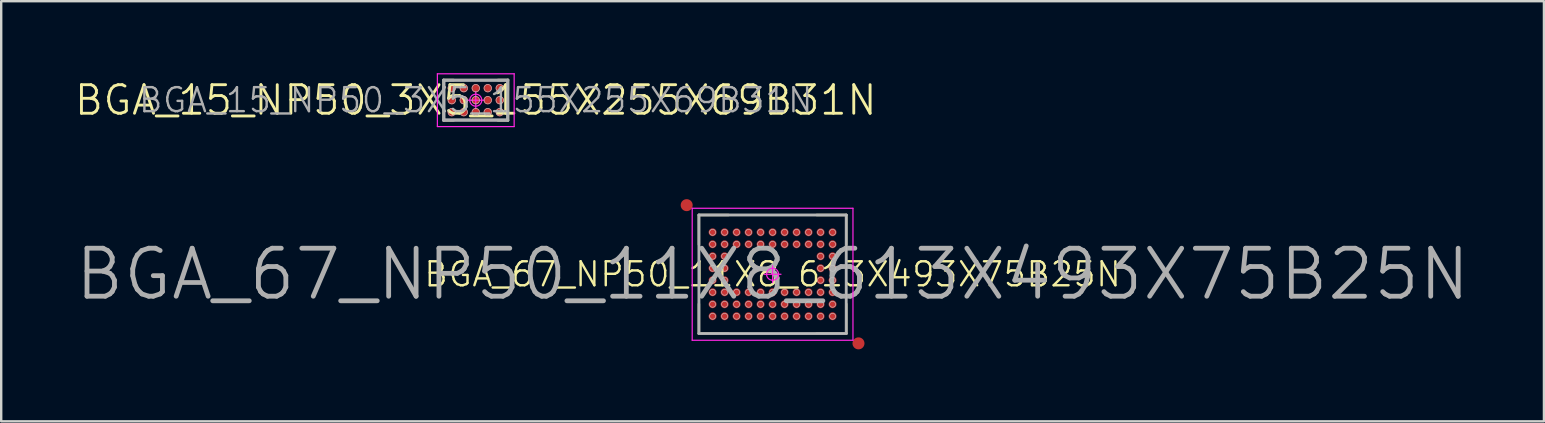
<source format=kicad_pcb>
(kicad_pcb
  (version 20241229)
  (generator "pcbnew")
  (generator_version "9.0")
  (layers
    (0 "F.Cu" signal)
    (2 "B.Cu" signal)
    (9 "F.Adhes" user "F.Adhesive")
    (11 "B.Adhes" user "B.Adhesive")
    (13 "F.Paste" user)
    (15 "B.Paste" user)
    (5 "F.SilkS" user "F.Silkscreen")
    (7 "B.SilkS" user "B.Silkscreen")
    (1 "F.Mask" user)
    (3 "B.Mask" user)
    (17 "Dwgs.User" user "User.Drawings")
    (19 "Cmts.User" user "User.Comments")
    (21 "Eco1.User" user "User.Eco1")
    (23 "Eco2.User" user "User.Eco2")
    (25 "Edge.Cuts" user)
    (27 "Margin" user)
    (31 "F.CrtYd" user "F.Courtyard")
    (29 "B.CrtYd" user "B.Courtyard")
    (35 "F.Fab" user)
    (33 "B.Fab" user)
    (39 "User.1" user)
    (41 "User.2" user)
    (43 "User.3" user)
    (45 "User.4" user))
  (footprint "BGA_67_NP50_11X8_613X493X75B25N"
    (layer "F.Cu")
    (at 29.148 8.38)
    (property "Reference" "BGA_67_NP50_11X8_613X493X75B25N" (at 0 0 0) (layer "F.SilkS") (effects (font (size 1 1) (thickness 0.1))))
    (attr smd)
    (fp_line (start -3.07 -2.47) (end -3.07 -1.235) (stroke (width 0.1) (type solid)) (layer "F.SilkS"))
    (fp_line (start -3.07 2.47) (end -3.07 1.235) (stroke (width 0.1) (type solid)) (layer "F.SilkS"))
    (fp_line (start -1.835 -2.47) (end -3.07 -2.47) (stroke (width 0.1) (type solid)) (layer "F.SilkS"))
    (fp_line (start -1.835 2.47) (end -3.07 2.47) (stroke (width 0.1) (type solid)) (layer "F.SilkS"))
    (fp_line (start 1.835 -2.47) (end 3.07 -2.47) (stroke (width 0.1) (type solid)) (layer "F.SilkS"))
    (fp_line (start 1.835 2.47) (end 3.07 2.47) (stroke (width 0.1) (type solid)) (layer "F.SilkS"))
    (fp_line (start 3.07 -2.47) (end 3.07 -1.235) (stroke (width 0.1) (type solid)) (layer "F.SilkS"))
    (fp_line (start 3.07 2.47) (end 3.07 1.235) (stroke (width 0.1) (type solid)) (layer "F.SilkS"))
    (fp_line (start -3.065 -2.465) (end 3.065 -2.465) (stroke (width 0.025) (type solid)) (layer "Dwgs.User"))
    (fp_line (start -3.065 2.465) (end -3.065 -2.465) (stroke (width 0.025) (type solid)) (layer "Dwgs.User"))
    (fp_line (start 3.065 -2.465) (end 3.065 2.465) (stroke (width 0.025) (type solid)) (layer "Dwgs.User"))
    (fp_line (start 3.065 2.465) (end -3.065 2.465) (stroke (width 0.025) (type solid)) (layer "Dwgs.User"))
    (fp_circle (center -2.5 -1.75) (end -2.5 -1.625) (stroke (width 0.025) (type solid)) (fill no) (layer "Dwgs.User"))
    (fp_circle (center -2.5 -1.25) (end -2.5 -1.125) (stroke (width 0.025) (type solid)) (fill no) (layer "Dwgs.User"))
    (fp_circle (center -2.5 -0.75) (end -2.5 -0.625) (stroke (width 0.025) (type solid)) (fill no) (layer "Dwgs.User"))
    (fp_circle (center -2.5 -0.25) (end -2.5 -0.125) (stroke (width 0.025) (type solid)) (fill no) (layer "Dwgs.User"))
    (fp_circle (center -2.5 0.25) (end -2.5 0.375) (stroke (width 0.025) (type solid)) (fill no) (layer "Dwgs.User"))
    (fp_circle (center -2.5 0.75) (end -2.5 0.875) (stroke (width 0.025) (type solid)) (fill no) (layer "Dwgs.User"))
    (fp_circle (center -2.5 1.25) (end -2.5 1.375) (stroke (width 0.025) (type solid)) (fill no) (layer "Dwgs.User"))
    (fp_circle (center -2.5 1.75) (end -2.5 1.875) (stroke (width 0.025) (type solid)) (fill no) (layer "Dwgs.User"))
    (fp_circle (center -2 -1.75) (end -2 -1.625) (stroke (width 0.025) (type solid)) (fill no) (layer "Dwgs.User"))
    (fp_circle (center -2 -1.25) (end -2 -1.125) (stroke (width 0.025) (type solid)) (fill no) (layer "Dwgs.User"))
    (fp_circle (center -2 -0.75) (end -2 -0.625) (stroke (width 0.025) (type solid)) (fill no) (layer "Dwgs.User"))
    (fp_circle (center -2 -0.25) (end -2 -0.125) (stroke (width 0.025) (type solid)) (fill no) (layer "Dwgs.User"))
    (fp_circle (center -2 0.25) (end -2 0.375) (stroke (width 0.025) (type solid)) (fill no) (layer "Dwgs.User"))
    (fp_circle (center -2 0.75) (end -2 0.875) (stroke (width 0.025) (type solid)) (fill no) (layer "Dwgs.User"))
    (fp_circle (center -2 1.25) (end -2 1.375) (stroke (width 0.025) (type solid)) (fill no) (layer "Dwgs.User"))
    (fp_circle (center -2 1.75) (end -2 1.875) (stroke (width 0.025) (type solid)) (fill no) (layer "Dwgs.User"))
    (fp_circle (center -1.5 -1.75) (end -1.5 -1.625) (stroke (width 0.025) (type solid)) (fill no) (layer "Dwgs.User"))
    (fp_circle (center -1.5 -1.25) (end -1.5 -1.125) (stroke (width 0.025) (type solid)) (fill no) (layer "Dwgs.User"))
    (fp_circle (center -1.5 0.75) (end -1.5 0.875) (stroke (width 0.025) (type solid)) (fill no) (layer "Dwgs.User"))
    (fp_circle (center -1.5 1.25) (end -1.5 1.375) (stroke (width 0.025) (type solid)) (fill no) (layer "Dwgs.User"))
    (fp_circle (center -1.5 1.75) (end -1.5 1.875) (stroke (width 0.025) (type solid)) (fill no) (layer "Dwgs.User"))
    (fp_circle (center -1 -1.75) (end -1 -1.625) (stroke (width 0.025) (type solid)) (fill no) (layer "Dwgs.User"))
    (fp_circle (center -1 -1.25) (end -1 -1.125) (stroke (width 0.025) (type solid)) (fill no) (layer "Dwgs.User"))
    (fp_circle (center -1 0.75) (end -1 0.875) (stroke (width 0.025) (type solid)) (fill no) (layer "Dwgs.User"))
    (fp_circle (center -1 1.25) (end -1 1.375) (stroke (width 0.025) (type solid)) (fill no) (layer "Dwgs.User"))
    (fp_circle (center -1 1.75) (end -1 1.875) (stroke (width 0.025) (type solid)) (fill no) (layer "Dwgs.User"))
    (fp_circle (center -0.5 -1.75) (end -0.5 -1.625) (stroke (width 0.025) (type solid)) (fill no) (layer "Dwgs.User"))
    (fp_circle (center -0.5 -1.25) (end -0.5 -1.125) (stroke (width 0.025) (type solid)) (fill no) (layer "Dwgs.User"))
    (fp_circle (center -0.5 0.75) (end -0.5 0.875) (stroke (width 0.025) (type solid)) (fill no) (layer "Dwgs.User"))
    (fp_circle (center -0.5 1.25) (end -0.5 1.375) (stroke (width 0.025) (type solid)) (fill no) (layer "Dwgs.User"))
    (fp_circle (center -0.5 1.75) (end -0.5 1.875) (stroke (width 0.025) (type solid)) (fill no) (layer "Dwgs.User"))
    (fp_circle (center 0 -1.75) (end 0 -1.625) (stroke (width 0.025) (type solid)) (fill no) (layer "Dwgs.User"))
    (fp_circle (center 0 -1.25) (end 0 -1.125) (stroke (width 0.025) (type solid)) (fill no) (layer "Dwgs.User"))
    (fp_circle (center 0 0.75) (end 0 0.875) (stroke (width 0.025) (type solid)) (fill no) (layer "Dwgs.User"))
    (fp_circle (center 0 1.25) (end 0 1.375) (stroke (width 0.025) (type solid)) (fill no) (layer "Dwgs.User"))
    (fp_circle (center 0 1.75) (end 0 1.875) (stroke (width 0.025) (type solid)) (fill no) (layer "Dwgs.User"))
    (fp_circle (center 0.5 -1.75) (end 0.5 -1.625) (stroke (width 0.025) (type solid)) (fill no) (layer "Dwgs.User"))
    (fp_circle (center 0.5 -1.25) (end 0.5 -1.125) (stroke (width 0.025) (type solid)) (fill no) (layer "Dwgs.User"))
    (fp_circle (center 0.5 0.75) (end 0.5 0.875) (stroke (width 0.025) (type solid)) (fill no) (layer "Dwgs.User"))
    (fp_circle (center 0.5 1.25) (end 0.5 1.375) (stroke (width 0.025) (type solid)) (fill no) (layer "Dwgs.User"))
    (fp_circle (center 0.5 1.75) (end 0.5 1.875) (stroke (width 0.025) (type solid)) (fill no) (layer "Dwgs.User"))
    (fp_circle (center 1 -1.75) (end 1 -1.625) (stroke (width 0.025) (type solid)) (fill no) (layer "Dwgs.User"))
    (fp_circle (center 1 -1.25) (end 1 -1.125) (stroke (width 0.025) (type solid)) (fill no) (layer "Dwgs.User"))
    (fp_circle (center 1 0.75) (end 1 0.875) (stroke (width 0.025) (type solid)) (fill no) (layer "Dwgs.User"))
    (fp_circle (center 1 1.25) (end 1 1.375) (stroke (width 0.025) (type solid)) (fill no) (layer "Dwgs.User"))
    (fp_circle (center 1 1.75) (end 1 1.875) (stroke (width 0.025) (type solid)) (fill no) (layer "Dwgs.User"))
    (fp_circle (center 1.5 -1.75) (end 1.5 -1.625) (stroke (width 0.025) (type solid)) (fill no) (layer "Dwgs.User"))
    (fp_circle (center 1.5 -1.25) (end 1.5 -1.125) (stroke (width 0.025) (type solid)) (fill no) (layer "Dwgs.User"))
    (fp_circle (center 1.5 0.75) (end 1.5 0.875) (stroke (width 0.025) (type solid)) (fill no) (layer "Dwgs.User"))
    (fp_circle (center 1.5 1.25) (end 1.5 1.375) (stroke (width 0.025) (type solid)) (fill no) (layer "Dwgs.User"))
    (fp_circle (center 1.5 1.75) (end 1.5 1.875) (stroke (width 0.025) (type solid)) (fill no) (layer "Dwgs.User"))
    (fp_circle (center 2 -1.75) (end 2 -1.625) (stroke (width 0.025) (type solid)) (fill no) (layer "Dwgs.User"))
    (fp_circle (center 2 -1.25) (end 2 -1.125) (stroke (width 0.025) (type solid)) (fill no) (layer "Dwgs.User"))
    (fp_circle (center 2 -0.75) (end 2 -0.625) (stroke (width 0.025) (type solid)) (fill no) (layer "Dwgs.User"))
    (fp_circle (center 2 -0.25) (end 2 -0.125) (stroke (width 0.025) (type solid)) (fill no) (layer "Dwgs.User"))
    (fp_circle (center 2 0.25) (end 2 0.375) (stroke (width 0.025) (type solid)) (fill no) (layer "Dwgs.User"))
    (fp_circle (center 2 0.75) (end 2 0.875) (stroke (width 0.025) (type solid)) (fill no) (layer "Dwgs.User"))
    (fp_circle (center 2 1.25) (end 2 1.375) (stroke (width 0.025) (type solid)) (fill no) (layer "Dwgs.User"))
    (fp_circle (center 2 1.75) (end 2 1.875) (stroke (width 0.025) (type solid)) (fill no) (layer "Dwgs.User"))
    (fp_circle (center 2.5 -1.75) (end 2.5 -1.625) (stroke (width 0.025) (type solid)) (fill no) (layer "Dwgs.User"))
    (fp_circle (center 2.5 -1.25) (end 2.5 -1.125) (stroke (width 0.025) (type solid)) (fill no) (layer "Dwgs.User"))
    (fp_circle (center 2.5 -0.75) (end 2.5 -0.625) (stroke (width 0.025) (type solid)) (fill no) (layer "Dwgs.User"))
    (fp_circle (center 2.5 -0.25) (end 2.5 -0.125) (stroke (width 0.025) (type solid)) (fill no) (layer "Dwgs.User"))
    (fp_circle (center 2.5 0.25) (end 2.5 0.375) (stroke (width 0.025) (type solid)) (fill no) (layer "Dwgs.User"))
    (fp_circle (center 2.5 0.75) (end 2.5 0.875) (stroke (width 0.025) (type solid)) (fill no) (layer "Dwgs.User"))
    (fp_circle (center 2.5 1.25) (end 2.5 1.375) (stroke (width 0.025) (type solid)) (fill no) (layer "Dwgs.User"))
    (fp_circle (center 2.5 1.75) (end 2.5 1.875) (stroke (width 0.025) (type solid)) (fill no) (layer "Dwgs.User"))
    (fp_line (start -3.35 -2.75) (end 3.35 -2.75) (stroke (width 0.05) (type solid)) (layer "F.CrtYd"))
    (fp_line (start -3.35 2.75) (end -3.35 -2.75) (stroke (width 0.05) (type solid)) (layer "F.CrtYd"))
    (fp_line (start -0.35 0) (end 0.35 0) (stroke (width 0.05) (type solid)) (layer "F.CrtYd"))
    (fp_line (start 0 -0.35) (end 0 0.35) (stroke (width 0.05) (type solid)) (layer "F.CrtYd"))
    (fp_line (start 3.35 -2.75) (end 3.35 2.75) (stroke (width 0.05) (type solid)) (layer "F.CrtYd"))
    (fp_line (start 3.35 2.75) (end -3.35 2.75) (stroke (width 0.05) (type solid)) (layer "F.CrtYd"))
    (fp_circle (center 0 0) (end 0 0.25) (stroke (width 0.05) (type solid)) (fill no) (layer "F.CrtYd"))
    (fp_line (start -3.07 -2.47) (end 3.07 -2.47) (stroke (width 0.12) (type solid)) (layer "F.Fab"))
    (fp_line (start -3.07 2.47) (end -3.07 -2.47) (stroke (width 0.12) (type solid)) (layer "F.Fab"))
    (fp_line (start 3.07 -2.47) (end 3.07 2.47) (stroke (width 0.12) (type solid)) (layer "F.Fab"))
    (fp_line (start 3.07 2.47) (end -3.07 2.47) (stroke (width 0.12) (type solid)) (layer "F.Fab"))
    (fp_text user "${REFERENCE}" (at 0 0 0) (layer "F.Fab") (effects (font (size 2 2) (thickness 0.2))))
    (pad "A1" smd circle (at -2.5 1.75) (size 0.33 0.33) (layers "F.Cu" "F.Mask" "F.Paste"))
    (pad "A2" smd circle (at -2 1.75) (size 0.33 0.33) (layers "F.Cu" "F.Mask" "F.Paste"))
    (pad "A3" smd circle (at -1.5 1.75) (size 0.33 0.33) (layers "F.Cu" "F.Mask" "F.Paste"))
    (pad "A4" smd circle (at -1 1.75) (size 0.33 0.33) (layers "F.Cu" "F.Mask" "F.Paste"))
    (pad "A5" smd circle (at -0.5 1.75) (size 0.33 0.33) (layers "F.Cu" "F.Mask" "F.Paste"))
    (pad "A6" smd circle (at 0 1.75) (size 0.33 0.33) (layers "F.Cu" "F.Mask" "F.Paste"))
    (pad "A7" smd circle (at 0.5 1.75) (size 0.33 0.33) (layers "F.Cu" "F.Mask" "F.Paste"))
    (pad "A8" smd circle (at 1 1.75) (size 0.33 0.33) (layers "F.Cu" "F.Mask" "F.Paste"))
    (pad "A9" smd circle (at 1.5 1.75) (size 0.33 0.33) (layers "F.Cu" "F.Mask" "F.Paste"))
    (pad "A10" smd circle (at 2 1.75) (size 0.33 0.33) (layers "F.Cu" "F.Mask" "F.Paste"))
    (pad "A11" smd circle (at 2.5 1.75) (size 0.33 0.33) (layers "F.Cu" "F.Mask" "F.Paste"))
    (pad "B1" smd circle (at -2.5 1.25) (size 0.33 0.33) (layers "F.Cu" "F.Mask" "F.Paste"))
    (pad "B2" smd circle (at -2 1.25) (size 0.33 0.33) (layers "F.Cu" "F.Mask" "F.Paste"))
    (pad "B3" smd circle (at -1.5 1.25) (size 0.33 0.33) (layers "F.Cu" "F.Mask" "F.Paste"))
    (pad "B4" smd circle (at -1 1.25) (size 0.33 0.33) (layers "F.Cu" "F.Mask" "F.Paste"))
    (pad "B5" smd circle (at -0.5 1.25) (size 0.33 0.33) (layers "F.Cu" "F.Mask" "F.Paste"))
    (pad "B6" smd circle (at 0 1.25) (size 0.33 0.33) (layers "F.Cu" "F.Mask" "F.Paste"))
    (pad "B7" smd circle (at 0.5 1.25) (size 0.33 0.33) (layers "F.Cu" "F.Mask" "F.Paste"))
    (pad "B8" smd circle (at 1 1.25) (size 0.33 0.33) (layers "F.Cu" "F.Mask" "F.Paste"))
    (pad "B9" smd circle (at 1.5 1.25) (size 0.33 0.33) (layers "F.Cu" "F.Mask" "F.Paste"))
    (pad "B10" smd circle (at 2 1.25) (size 0.33 0.33) (layers "F.Cu" "F.Mask" "F.Paste"))
    (pad "B11" smd circle (at 2.5 1.25) (size 0.33 0.33) (layers "F.Cu" "F.Mask" "F.Paste"))
    (pad "C1" smd circle (at -2.5 0.75) (size 0.33 0.33) (layers "F.Cu" "F.Mask" "F.Paste"))
    (pad "C2" smd circle (at -2 0.75) (size 0.33 0.33) (layers "F.Cu" "F.Mask" "F.Paste"))
    (pad "C3" smd circle (at -1.5 0.75) (size 0.33 0.33) (layers "F.Cu" "F.Mask" "F.Paste"))
    (pad "C4" smd circle (at -1 0.75) (size 0.33 0.33) (layers "F.Cu" "F.Mask" "F.Paste"))
    (pad "C5" smd circle (at -0.5 0.75) (size 0.33 0.33) (layers "F.Cu" "F.Mask" "F.Paste"))
    (pad "C6" smd circle (at 0 0.75) (size 0.33 0.33) (layers "F.Cu" "F.Mask" "F.Paste"))
    (pad "C7" smd circle (at 0.5 0.75) (size 0.33 0.33) (layers "F.Cu" "F.Mask" "F.Paste"))
    (pad "C8" smd circle (at 1 0.75) (size 0.33 0.33) (layers "F.Cu" "F.Mask" "F.Paste"))
    (pad "C9" smd circle (at 1.5 0.75) (size 0.33 0.33) (layers "F.Cu" "F.Mask" "F.Paste"))
    (pad "C10" smd circle (at 2 0.75) (size 0.33 0.33) (layers "F.Cu" "F.Mask" "F.Paste"))
    (pad "C11" smd circle (at 2.5 0.75) (size 0.33 0.33) (layers "F.Cu" "F.Mask" "F.Paste"))
    (pad "D1" smd circle (at -2.5 0.25) (size 0.33 0.33) (layers "F.Cu" "F.Mask" "F.Paste"))
    (pad "D2" smd circle (at -2 0.25) (size 0.33 0.33) (layers "F.Cu" "F.Mask" "F.Paste"))
    (pad "D10" smd circle (at 2 0.25) (size 0.33 0.33) (layers "F.Cu" "F.Mask" "F.Paste"))
    (pad "D11" smd circle (at 2.5 0.25) (size 0.33 0.33) (layers "F.Cu" "F.Mask" "F.Paste"))
    (pad "E1" smd circle (at -2.5 -0.25) (size 0.33 0.33) (layers "F.Cu" "F.Mask" "F.Paste"))
    (pad "E2" smd circle (at -2 -0.25) (size 0.33 0.33) (layers "F.Cu" "F.Mask" "F.Paste"))
    (pad "E10" smd circle (at 2 -0.25) (size 0.33 0.33) (layers "F.Cu" "F.Mask" "F.Paste"))
    (pad "E11" smd circle (at 2.5 -0.25) (size 0.33 0.33) (layers "F.Cu" "F.Mask" "F.Paste"))
    (pad "F1" smd circle (at -2.5 -0.75) (size 0.33 0.33) (layers "F.Cu" "F.Mask" "F.Paste"))
    (pad "F2" smd circle (at -2 -0.75) (size 0.33 0.33) (layers "F.Cu" "F.Mask" "F.Paste"))
    (pad "F10" smd circle (at 2 -0.75) (size 0.33 0.33) (layers "F.Cu" "F.Mask" "F.Paste"))
    (pad "F11" smd circle (at 2.5 -0.75) (size 0.33 0.33) (layers "F.Cu" "F.Mask" "F.Paste"))
    (pad "FID1" smd circle (at 3.58 2.88) (size 0.5 0.5) (layers "F.Cu" "F.Mask"))
    (pad "FID2" smd circle (at -3.58 -2.88) (size 0.5 0.5) (layers "F.Cu" "F.Mask"))
    (pad "G1" smd circle (at -2.5 -1.25) (size 0.33 0.33) (layers "F.Cu" "F.Mask" "F.Paste"))
    (pad "G2" smd circle (at -2 -1.25) (size 0.33 0.33) (layers "F.Cu" "F.Mask" "F.Paste"))
    (pad "G3" smd circle (at -1.5 -1.25) (size 0.33 0.33) (layers "F.Cu" "F.Mask" "F.Paste"))
    (pad "G4" smd circle (at -1 -1.25) (size 0.33 0.33) (layers "F.Cu" "F.Mask" "F.Paste"))
    (pad "G5" smd circle (at -0.5 -1.25) (size 0.33 0.33) (layers "F.Cu" "F.Mask" "F.Paste"))
    (pad "G6" smd circle (at 0 -1.25) (size 0.33 0.33) (layers "F.Cu" "F.Mask" "F.Paste"))
    (pad "G7" smd circle (at 0.5 -1.25) (size 0.33 0.33) (layers "F.Cu" "F.Mask" "F.Paste"))
    (pad "G8" smd circle (at 1 -1.25) (size 0.33 0.33) (layers "F.Cu" "F.Mask" "F.Paste"))
    (pad "G9" smd circle (at 1.5 -1.25) (size 0.33 0.33) (layers "F.Cu" "F.Mask" "F.Paste"))
    (pad "G10" smd circle (at 2 -1.25) (size 0.33 0.33) (layers "F.Cu" "F.Mask" "F.Paste"))
    (pad "G11" smd circle (at 2.5 -1.25) (size 0.33 0.33) (layers "F.Cu" "F.Mask" "F.Paste"))
    (pad "H1" smd circle (at -2.5 -1.75) (size 0.33 0.33) (layers "F.Cu" "F.Mask" "F.Paste"))
    (pad "H2" smd circle (at -2 -1.75) (size 0.33 0.33) (layers "F.Cu" "F.Mask" "F.Paste"))
    (pad "H3" smd circle (at -1.5 -1.75) (size 0.33 0.33) (layers "F.Cu" "F.Mask" "F.Paste"))
    (pad "H4" smd circle (at -1 -1.75) (size 0.33 0.33) (layers "F.Cu" "F.Mask" "F.Paste"))
    (pad "H5" smd circle (at -0.5 -1.75) (size 0.33 0.33) (layers "F.Cu" "F.Mask" "F.Paste"))
    (pad "H6" smd circle (at 0 -1.75) (size 0.33 0.33) (layers "F.Cu" "F.Mask" "F.Paste"))
    (pad "H7" smd circle (at 0.5 -1.75) (size 0.33 0.33) (layers "F.Cu" "F.Mask" "F.Paste"))
    (pad "H8" smd circle (at 1 -1.75) (size 0.33 0.33) (layers "F.Cu" "F.Mask" "F.Paste"))
    (pad "H9" smd circle (at 1.5 -1.75) (size 0.33 0.33) (layers "F.Cu" "F.Mask" "F.Paste"))
    (pad "H10" smd circle (at 2 -1.75) (size 0.33 0.33) (layers "F.Cu" "F.Mask" "F.Paste"))
    (pad "H11" smd circle (at 2.5 -1.75) (size 0.33 0.33) (layers "F.Cu" "F.Mask" "F.Paste")))
  (footprint "BGA_15_NP50_3X5_155X255X69B31N"
    (layer "F.Cu")
    (at 16.778 1.125)
    (property "Reference" "BGA_15_NP50_3X5_155X255X69B31N" (at 0 0 0) (layer "F.Fab") (effects (font (size 1 1) (thickness 0.1))))
    (attr smd)
    (fp_line (start -1.34 -0.84) (end -0.92 -0.84) (stroke (width 0.1) (type solid)) (layer "F.SilkS"))
    (fp_line (start -1.34 -0.42) (end -1.34 -0.84) (stroke (width 0.1) (type solid)) (layer "F.SilkS"))
    (fp_line (start -1.34 0.42) (end -1.34 0.84) (stroke (width 0.1) (type solid)) (layer "F.SilkS"))
    (fp_line (start -1.34 0.84) (end -0.92 0.84) (stroke (width 0.1) (type solid)) (layer "F.SilkS"))
    (fp_line (start 1.34 -0.84) (end 0.92 -0.84) (stroke (width 0.1) (type solid)) (layer "F.SilkS"))
    (fp_line (start 1.34 -0.42) (end 1.34 -0.84) (stroke (width 0.1) (type solid)) (layer "F.SilkS"))
    (fp_line (start 1.34 0.42) (end 1.34 0.84) (stroke (width 0.1) (type solid)) (layer "F.SilkS"))
    (fp_line (start 1.34 0.84) (end 0.92 0.84) (stroke (width 0.1) (type solid)) (layer "F.SilkS"))
    (fp_line (start -1.278 -0.775) (end 1.278 -0.775) (stroke (width 0.025) (type solid)) (layer "Dwgs.User"))
    (fp_line (start -1.278 0.775) (end -1.278 -0.775) (stroke (width 0.025) (type solid)) (layer "Dwgs.User"))
    (fp_line (start 1.278 -0.775) (end 1.278 0.775) (stroke (width 0.025) (type solid)) (layer "Dwgs.User"))
    (fp_line (start 1.278 0.775) (end -1.278 0.775) (stroke (width 0.025) (type solid)) (layer "Dwgs.User"))
    (fp_circle (center -1 -0.5) (end -1 -0.345) (stroke (width 0.025) (type solid)) (fill no) (layer "Dwgs.User"))
    (fp_circle (center -1 0) (end -1 0.155) (stroke (width 0.025) (type solid)) (fill no) (layer "Dwgs.User"))
    (fp_circle (center -1 0.5) (end -1 0.655) (stroke (width 0.025) (type solid)) (fill no) (layer "Dwgs.User"))
    (fp_circle (center -0.5 -0.5) (end -0.5 -0.345) (stroke (width 0.025) (type solid)) (fill no) (layer "Dwgs.User"))
    (fp_circle (center -0.5 0) (end -0.5 0.155) (stroke (width 0.025) (type solid)) (fill no) (layer "Dwgs.User"))
    (fp_circle (center -0.5 0.5) (end -0.5 0.655) (stroke (width 0.025) (type solid)) (fill no) (layer "Dwgs.User"))
    (fp_circle (center 0 -0.5) (end 0 -0.345) (stroke (width 0.025) (type solid)) (fill no) (layer "Dwgs.User"))
    (fp_circle (center 0 0) (end 0 0.155) (stroke (width 0.025) (type solid)) (fill no) (layer "Dwgs.User"))
    (fp_circle (center 0 0.5) (end 0 0.655) (stroke (width 0.025) (type solid)) (fill no) (layer "Dwgs.User"))
    (fp_circle (center 0.5 -0.5) (end 0.5 -0.345) (stroke (width 0.025) (type solid)) (fill no) (layer "Dwgs.User"))
    (fp_circle (center 0.5 0) (end 0.5 0.155) (stroke (width 0.025) (type solid)) (fill no) (layer "Dwgs.User"))
    (fp_circle (center 0.5 0.5) (end 0.5 0.655) (stroke (width 0.025) (type solid)) (fill no) (layer "Dwgs.User"))
    (fp_circle (center 1 -0.5) (end 1 -0.345) (stroke (width 0.025) (type solid)) (fill no) (layer "Dwgs.User"))
    (fp_circle (center 1 0) (end 1 0.155) (stroke (width 0.025) (type solid)) (fill no) (layer "Dwgs.User"))
    (fp_circle (center 1 0.5) (end 1 0.655) (stroke (width 0.025) (type solid)) (fill no) (layer "Dwgs.User"))
    (fp_line (start -1.6 -1.1) (end 1.6 -1.1) (stroke (width 0.05) (type solid)) (layer "F.CrtYd"))
    (fp_line (start -1.6 1.1) (end -1.6 -1.1) (stroke (width 0.05) (type solid)) (layer "F.CrtYd"))
    (fp_line (start 0 -0.35) (end 0 0.35) (stroke (width 0.05) (type solid)) (layer "F.CrtYd"))
    (fp_line (start 0.35 0) (end -0.35 0) (stroke (width 0.05) (type solid)) (layer "F.CrtYd"))
    (fp_line (start 1.6 -1.1) (end 1.6 1.1) (stroke (width 0.05) (type solid)) (layer "F.CrtYd"))
    (fp_line (start 1.6 1.1) (end -1.6 1.1) (stroke (width 0.05) (type solid)) (layer "F.CrtYd"))
    (fp_circle (center 0 0) (end 0 0.25) (stroke (width 0.05) (type solid)) (fill no) (layer "F.CrtYd"))
    (fp_line (start -1.34 -0.84) (end 1.34 -0.84) (stroke (width 0.12) (type solid)) (layer "F.Fab"))
    (fp_line (start -1.34 0.84) (end -1.34 -0.84) (stroke (width 0.12) (type solid)) (layer "F.Fab"))
    (fp_line (start 1.34 -0.84) (end 1.34 0.84) (stroke (width 0.12) (type solid)) (layer "F.Fab"))
    (fp_line (start 1.34 0.84) (end -1.34 0.84) (stroke (width 0.12) (type solid)) (layer "F.Fab"))
    (fp_text user "${REFERENCE}" (at 0 0 0) (layer "F.SilkS") (effects (font (size 1.19 1.19) (thickness 0.12))))
    (pad "A1" smd circle (at -1 -0.5) (size 0.35 0.35) (layers "F.Cu" "F.Mask" "F.Paste"))
    (pad "A2" smd circle (at -0.5 -0.5) (size 0.35 0.35) (layers "F.Cu" "F.Mask" "F.Paste"))
    (pad "A3" smd circle (at 0 -0.5) (size 0.35 0.35) (layers "F.Cu" "F.Mask" "F.Paste"))
    (pad "A4" smd circle (at 0.5 -0.5) (size 0.35 0.35) (layers "F.Cu" "F.Mask" "F.Paste"))
    (pad "A5" smd circle (at 1 -0.5) (size 0.35 0.35) (layers "F.Cu" "F.Mask" "F.Paste"))
    (pad "B1" smd circle (at -1 0) (size 0.35 0.35) (layers "F.Cu" "F.Mask" "F.Paste"))
    (pad "B2" smd circle (at -0.5 0) (size 0.35 0.35) (layers "F.Cu" "F.Mask" "F.Paste"))
    (pad "B3" smd circle (at 0 0) (size 0.35 0.35) (layers "F.Cu" "F.Mask" "F.Paste"))
    (pad "B4" smd circle (at 0.5 0) (size 0.35 0.35) (layers "F.Cu" "F.Mask" "F.Paste"))
    (pad "B5" smd circle (at 1 0) (size 0.35 0.35) (layers "F.Cu" "F.Mask" "F.Paste"))
    (pad "C1" smd circle (at -1 0.5) (size 0.35 0.35) (layers "F.Cu" "F.Mask" "F.Paste"))
    (pad "C2" smd circle (at -0.5 0.5) (size 0.35 0.35) (layers "F.Cu" "F.Mask" "F.Paste"))
    (pad "C3" smd circle (at 0 0.5) (size 0.35 0.35) (layers "F.Cu" "F.Mask" "F.Paste"))
    (pad "C4" smd circle (at 0.5 0.5) (size 0.35 0.35) (layers "F.Cu" "F.Mask" "F.Paste"))
    (pad "C5" smd circle (at 1 0.5) (size 0.35 0.35) (layers "F.Cu" "F.Mask" "F.Paste")))
  (gr_rect
    (start -3 -3)
    (end 61.295 14.51)
    (stroke (width 0.1) (type default))
    (fill no)
    (layer "Edge.Cuts")))
</source>
